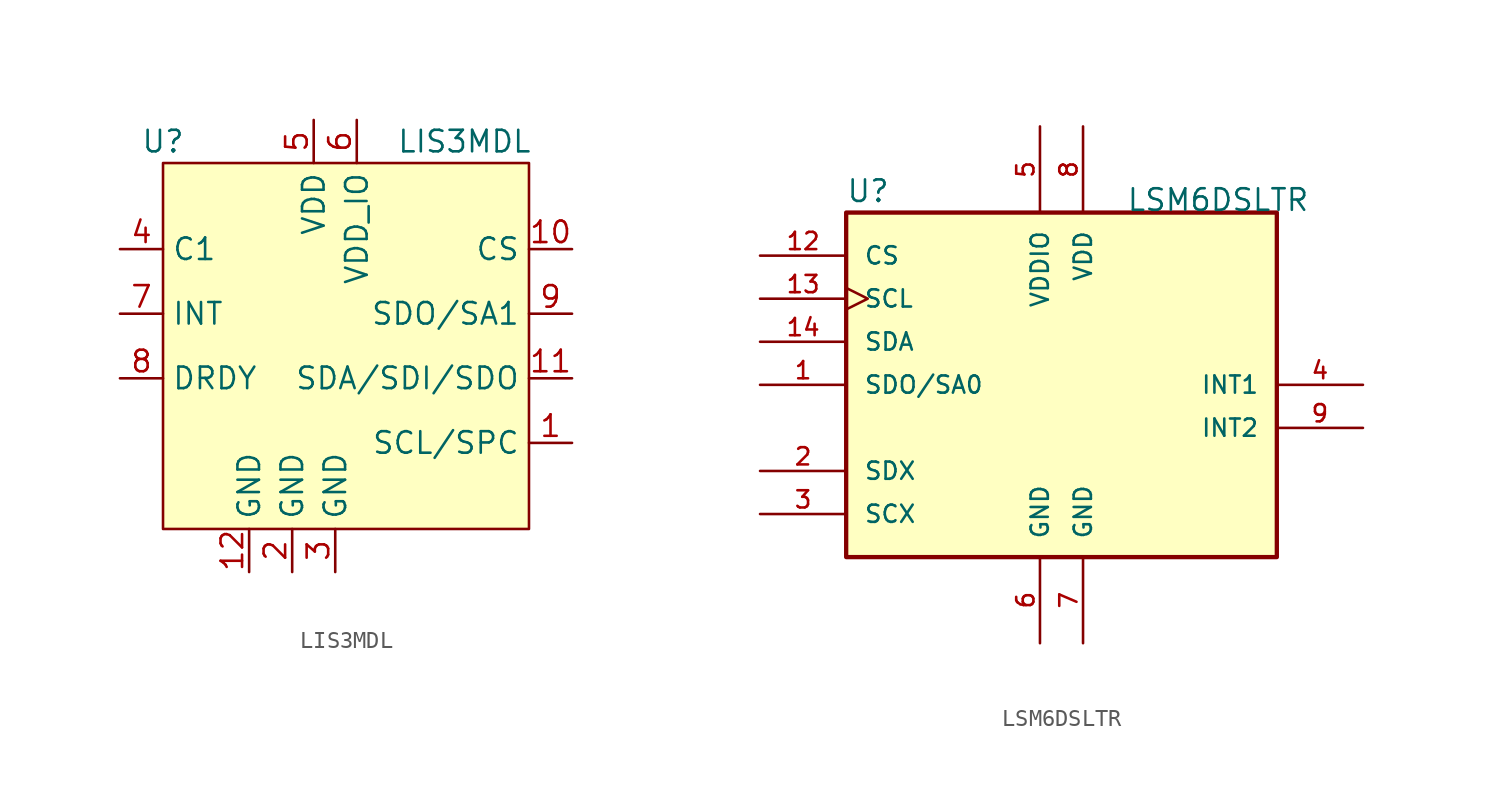
<source format=kicad_sym>
(kicad_symbol_lib
  (version 20211014)
  (generator kicad_symbol_editor)
  (symbol "LIS3MDL"
    (property "Reference" "U"
      (at -10.16 11.43 0)
      (effects (font (size 1.27 1.27))))
    (property "Value" "LIS3MDL"
      (at 7.62 11.43 0)
      (effects (font (size 1.27 1.27))))
    (symbol "LIS3MDL_0_1"
      (rectangle (start -10.16 10.16) (end 11.43 -11.43) (stroke (width 0) (type default) (color 0 0 0 0)) (fill (type background))))
    (symbol "LIS3MDL_1_1"
      (pin input line (at 13.97 -6.35 180) (length 2.54) (name "SCL/SPC" (effects (font (size 1.27 1.27)))) (number "1" (effects (font (size 1.27 1.27)))))
      (pin input line (at 13.97 5.08 180) (length 2.54) (name "CS" (effects (font (size 1.27 1.27)))) (number "10" (effects (font (size 1.27 1.27)))))
      (pin input line (at 13.97 -2.54 180) (length 2.54) (name "SDA/SDI/SDO" (effects (font (size 1.27 1.27)))) (number "11" (effects (font (size 1.27 1.27)))))
      (pin power_in line (at -5.08 -13.97 90) (length 2.54) (name "GND" (effects (font (size 1.27 1.27)))) (number "12" (effects (font (size 1.27 1.27)))))
      (pin power_in line (at -2.54 -13.97 90) (length 2.54) (name "GND" (effects (font (size 1.27 1.27)))) (number "2" (effects (font (size 1.27 1.27)))))
      (pin power_in line (at 0 -13.97 90) (length 2.54) (name "GND" (effects (font (size 1.27 1.27)))) (number "3" (effects (font (size 1.27 1.27)))))
      (pin input line (at -12.7 5.08 0) (length 2.54) (name "C1" (effects (font (size 1.27 1.27)))) (number "4" (effects (font (size 1.27 1.27)))))
      (pin power_in line (at -1.27 12.7 270) (length 2.54) (name "VDD" (effects (font (size 1.27 1.27)))) (number "5" (effects (font (size 1.27 1.27)))))
      (pin power_in line (at 1.27 12.7 270) (length 2.54) (name "VDD_IO" (effects (font (size 1.27 1.27)))) (number "6" (effects (font (size 1.27 1.27)))))
      (pin output line (at -12.7 1.27 0) (length 2.54) (name "INT" (effects (font (size 1.27 1.27)))) (number "7" (effects (font (size 1.27 1.27)))))
      (pin output line (at -12.7 -2.54 0) (length 2.54) (name "DRDY" (effects (font (size 1.27 1.27)))) (number "8" (effects (font (size 1.27 1.27)))))
      (pin output line (at 13.97 1.27 180) (length 2.54) (name "SDO/SA1" (effects (font (size 1.27 1.27)))) (number "9" (effects (font (size 1.27 1.27)))))))
  (symbol "LSM6DSLTR"
    (pin_names
      (offset 1.016))
    (property "Reference" "U"
      (at -12.719 10.684 0)
      (effects (font (size 1.27 1.27)) (justify left bottom)))
    (property "Value" "LSM6DSLTR"
      (at 3.81 10.16 0)
      (effects (font (size 1.27 1.27)) (justify left bottom)))
    (symbol "LSM6DSLTR_0_0"
      (rectangle (start -12.7 -10.16) (end 12.7 10.16) (stroke (width 0.254) (type default) (color 0 0 0 0)) (fill (type background)))
      (pin bidirectional line (at -17.78 0 0) (length 5.08) (name "SDO/SA0" (effects (font (size 1.016 1.016)))) (number "1" (effects (font (size 1.016 1.016)))))
      (pin input line (at -17.78 7.62 0) (length 5.08) (name "CS" (effects (font (size 1.016 1.016)))) (number "12" (effects (font (size 1.016 1.016)))))
      (pin input clock (at -17.78 5.08 0) (length 5.08) (name "SCL" (effects (font (size 1.016 1.016)))) (number "13" (effects (font (size 1.016 1.016)))))
      (pin bidirectional line (at -17.78 2.54 0) (length 5.08) (name "SDA" (effects (font (size 1.016 1.016)))) (number "14" (effects (font (size 1.016 1.016)))))
      (pin bidirectional line (at -17.78 -5.08 0) (length 5.08) (name "SDX" (effects (font (size 1.016 1.016)))) (number "2" (effects (font (size 1.016 1.016)))))
      (pin bidirectional line (at -17.78 -7.62 0) (length 5.08) (name "SCX" (effects (font (size 1.016 1.016)))) (number "3" (effects (font (size 1.016 1.016)))))
      (pin output line (at 17.78 0 180) (length 5.08) (name "INT1" (effects (font (size 1.016 1.016)))) (number "4" (effects (font (size 1.016 1.016)))))
      (pin power_in line (at -1.27 15.24 270) (length 5.08) (name "VDDIO" (effects (font (size 1.016 1.016)))) (number "5" (effects (font (size 1.016 1.016)))))
      (pin power_in line (at -1.27 -15.24 90) (length 5.08) (name "GND" (effects (font (size 1.016 1.016)))) (number "6" (effects (font (size 1.016 1.016)))))
      (pin power_in line (at 1.27 -15.24 90) (length 5.08) (name "GND" (effects (font (size 1.016 1.016)))) (number "7" (effects (font (size 1.016 1.016)))))
      (pin power_in line (at 1.27 15.24 270) (length 5.08) (name "VDD" (effects (font (size 1.016 1.016)))) (number "8" (effects (font (size 1.016 1.016)))))
      (pin output line (at 17.78 -2.54 180) (length 5.08) (name "INT2" (effects (font (size 1.016 1.016)))) (number "9" (effects (font (size 1.016 1.016))))))))
</source>
